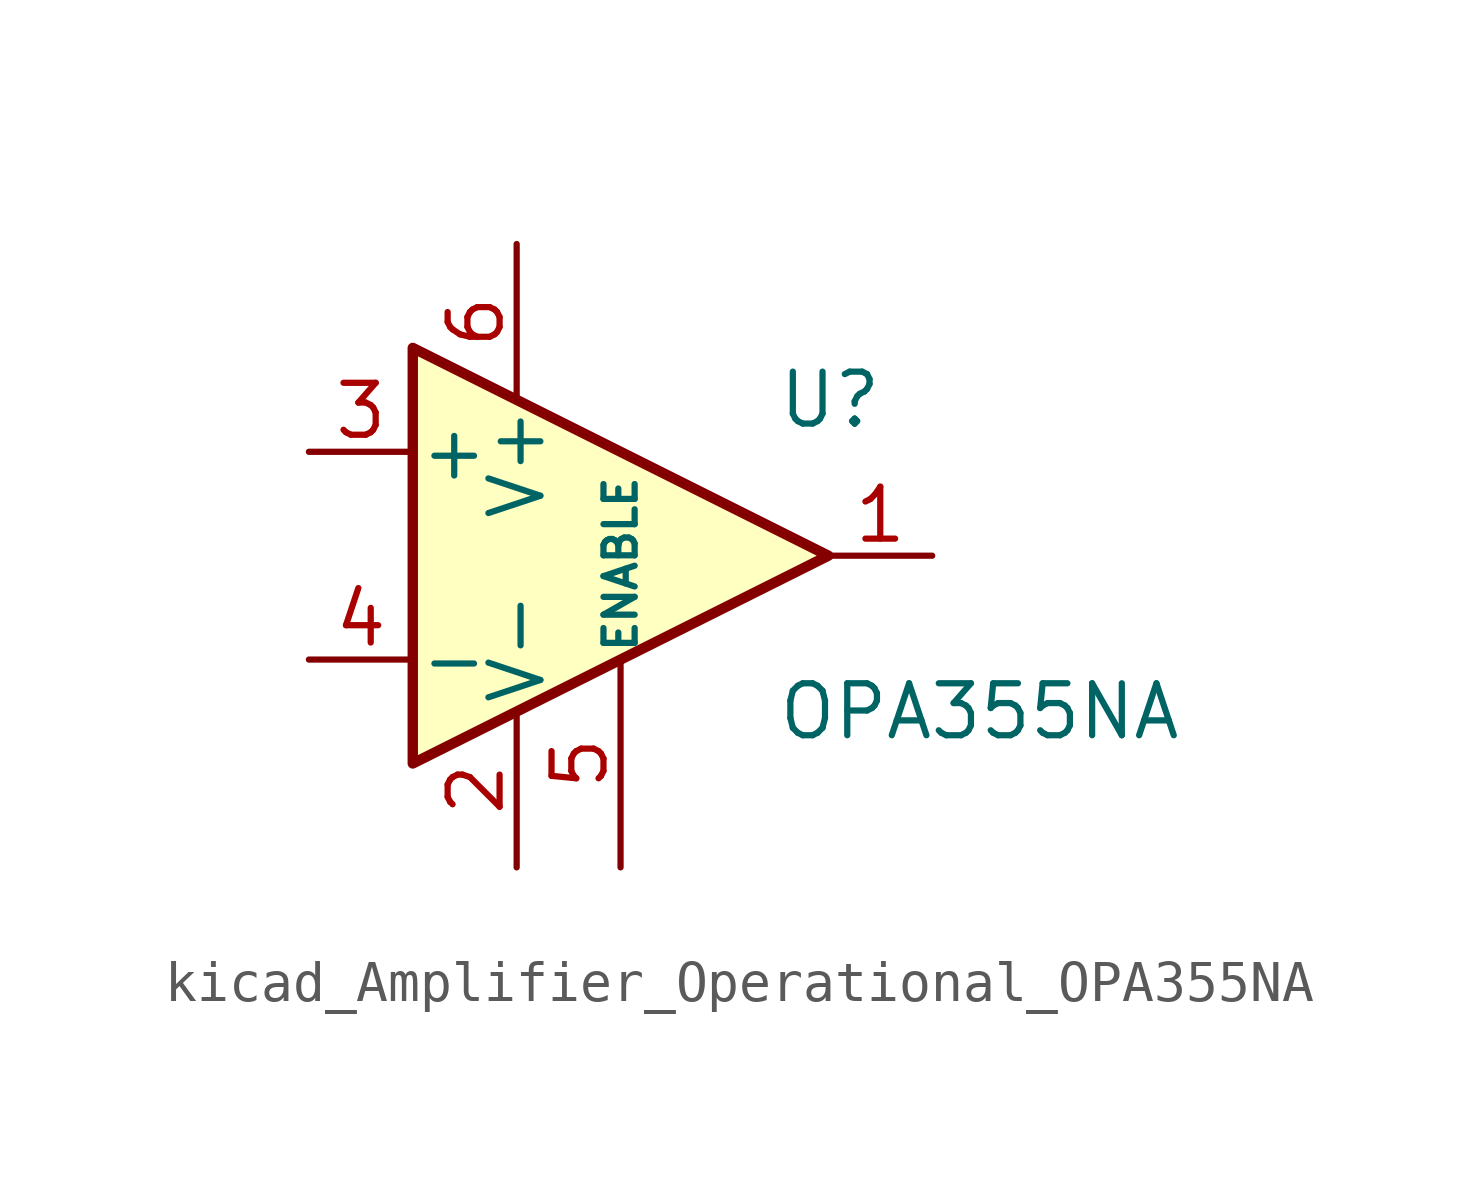
<source format=kicad_sym>
(kicad_symbol_lib
  (version 20220914)
  (generator kicad_symbol_editor)
  (symbol "kicad_Amplifier_Operational_OPA355NA"
    (pin_names
      (offset 0.127))
    (property "Reference" "U"
      (at 3.81 3.81 0)
      (effects (font (size 1.27 1.27)) (justify left)))
    (property "Value" "OPA355NA"
      (at 3.81 -3.81 0)
      (effects (font (size 1.27 1.27)) (justify left)))
    (symbol "kicad_Amplifier_Operational_OPA355NA_0_1"
      (polyline (pts (xy -5.08 5.08) (xy 5.08 0) (xy -5.08 -5.08) (xy -5.08 5.08)) (stroke (width 0.254) (type default)) (fill (type background))))
    (symbol "kicad_Amplifier_Operational_OPA355NA_1_1"
      (pin output line (at 7.62 0 180) (length 2.54) (name "~" (effects (font (size 1.27 1.27)))) (number "1" (effects (font (size 1.27 1.27)))))
      (pin power_in line (at -2.54 -7.62 90) (length 3.81) (name "V-" (effects (font (size 1.27 1.27)))) (number "2" (effects (font (size 1.27 1.27)))))
      (pin input line (at -7.62 2.54 0) (length 2.54) (name "+" (effects (font (size 1.27 1.27)))) (number "3" (effects (font (size 1.27 1.27)))))
      (pin input line (at -7.62 -2.54 0) (length 2.54) (name "-" (effects (font (size 1.27 1.27)))) (number "4" (effects (font (size 1.27 1.27)))))
      (pin input line (at 0 -7.62 90) (length 5.08) (name "ENABLE" (effects (font (size 0.762 0.762)))) (number "5" (effects (font (size 1.27 1.27)))))
      (pin power_in line (at -2.54 7.62 270) (length 3.81) (name "V+" (effects (font (size 1.27 1.27)))) (number "6" (effects (font (size 1.27 1.27))))))))
</source>
